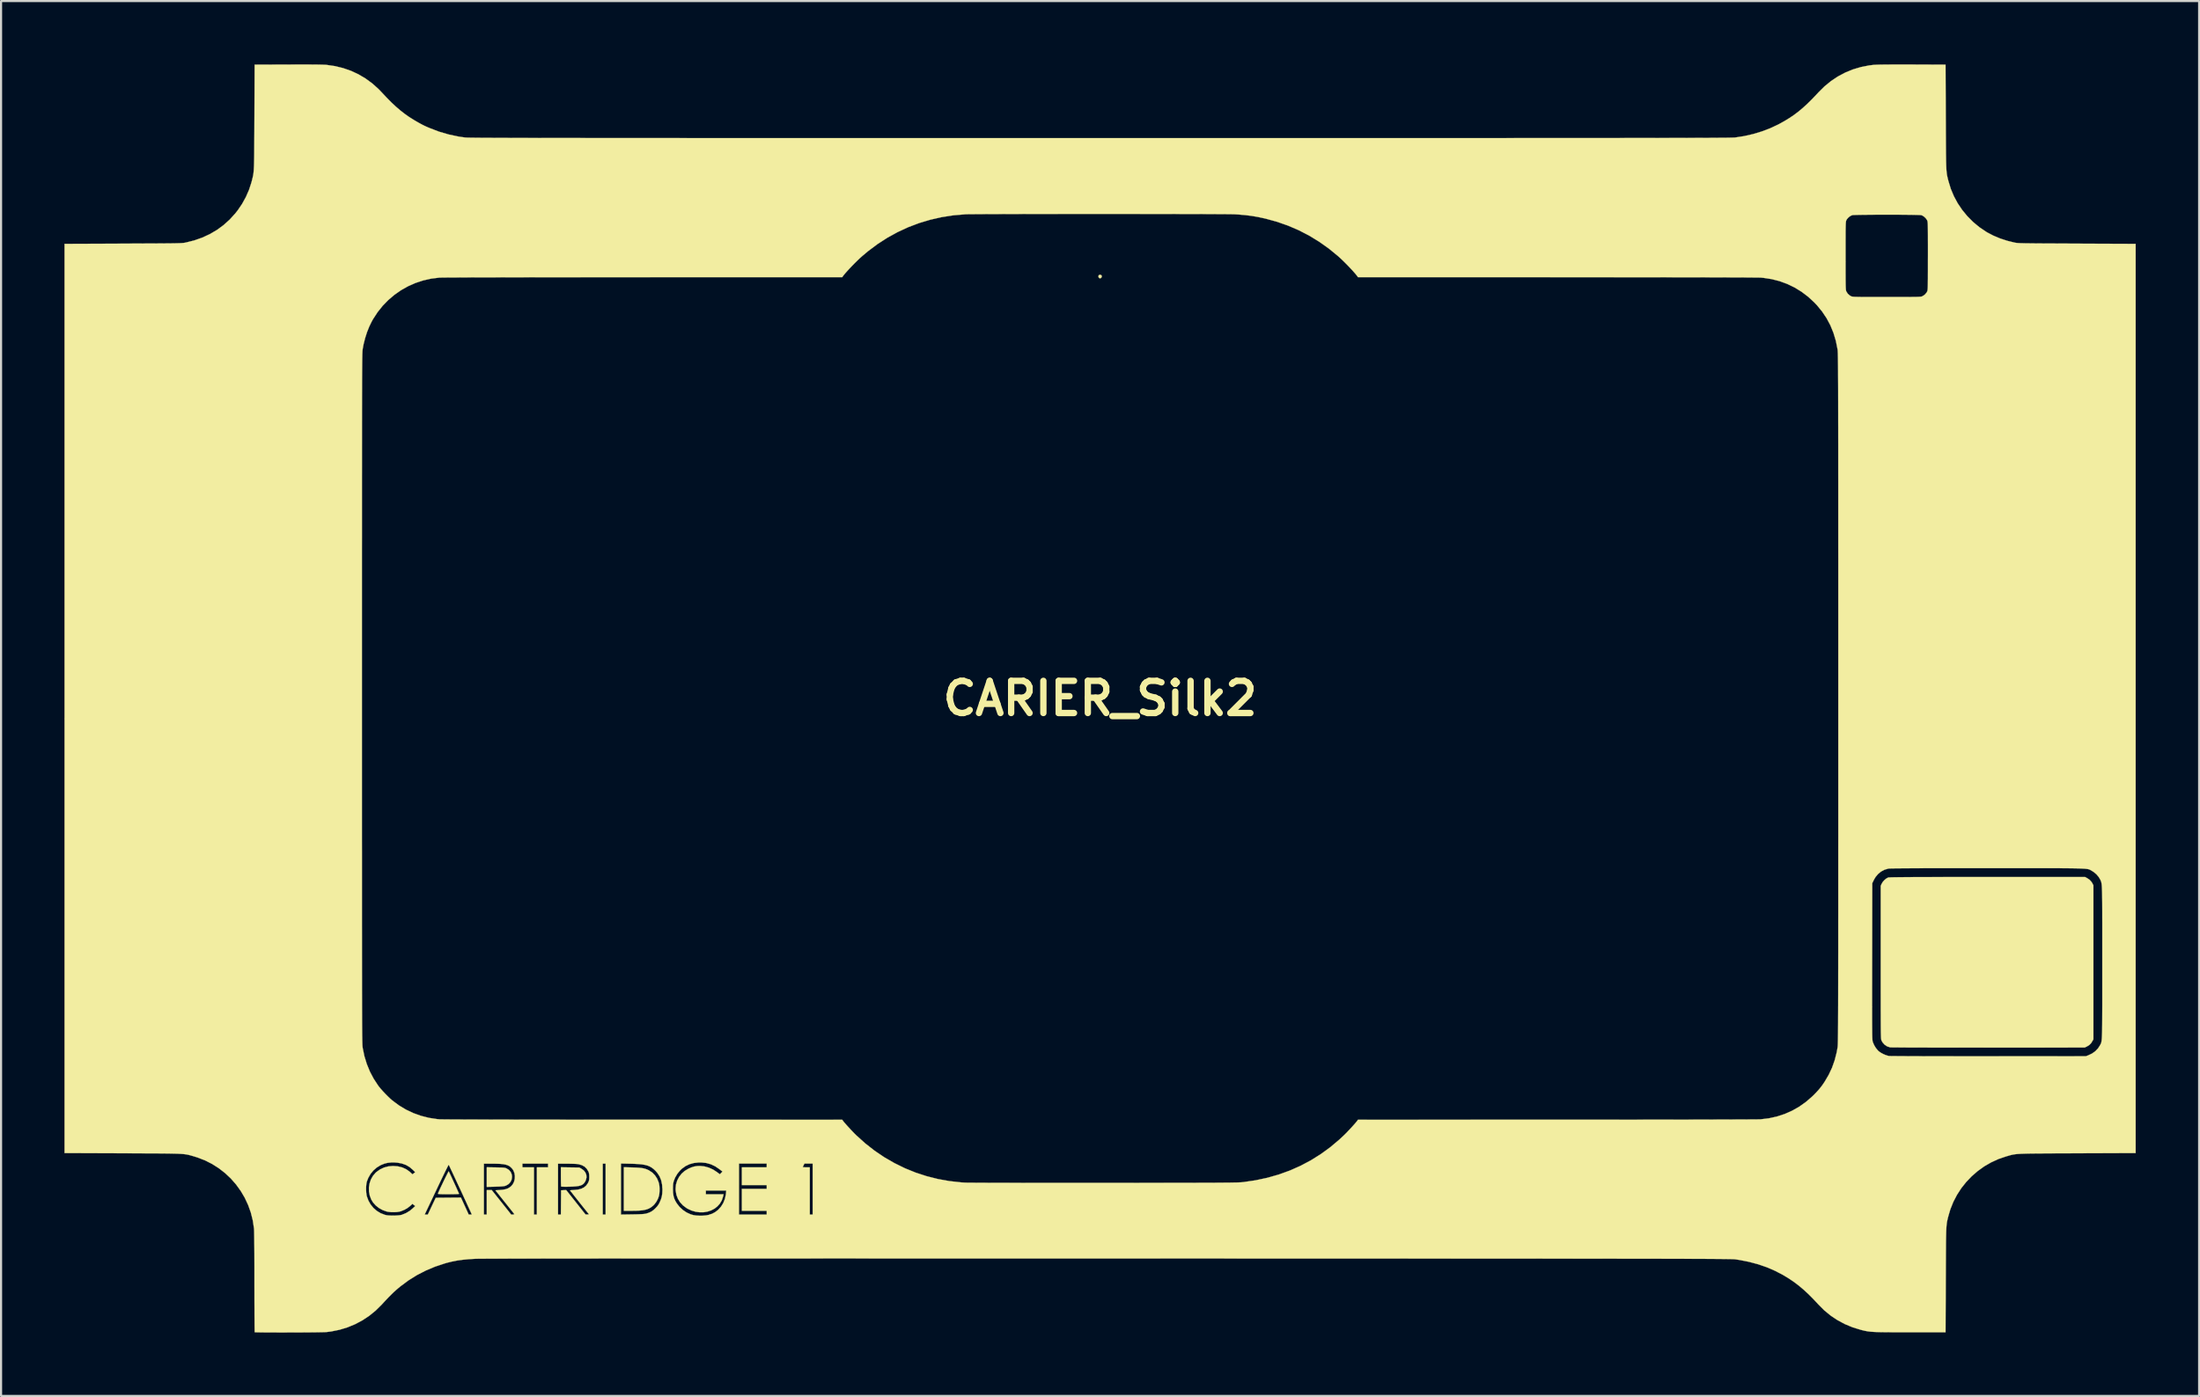
<source format=kicad_pcb>
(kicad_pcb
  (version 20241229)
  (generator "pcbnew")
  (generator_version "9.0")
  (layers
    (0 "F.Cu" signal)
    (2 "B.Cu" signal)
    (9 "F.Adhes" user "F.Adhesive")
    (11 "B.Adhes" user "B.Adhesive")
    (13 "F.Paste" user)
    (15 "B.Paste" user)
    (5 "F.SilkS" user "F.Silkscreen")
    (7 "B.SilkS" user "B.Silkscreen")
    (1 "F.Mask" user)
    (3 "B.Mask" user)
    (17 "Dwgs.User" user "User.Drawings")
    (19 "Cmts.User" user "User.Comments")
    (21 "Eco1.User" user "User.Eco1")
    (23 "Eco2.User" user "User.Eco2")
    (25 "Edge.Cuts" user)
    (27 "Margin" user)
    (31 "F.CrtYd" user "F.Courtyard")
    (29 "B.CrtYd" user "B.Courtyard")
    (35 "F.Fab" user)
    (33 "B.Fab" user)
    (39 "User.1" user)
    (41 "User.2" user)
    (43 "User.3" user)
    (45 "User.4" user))
  (footprint "CARIER_Silk2"
    (layer "F.Cu")
    (at 49.012 30.028)
    (property "Reference" "CARIER_Silk2" (at 0 0 0) (layer "F.SilkS") (effects (font (size 1.524 1.524) (thickness 0.3))))
    (attr through_hole)
    (fp_poly (pts (xy 0.039 -20.059) (xy 0.07 -20.032) (xy 0.079 -19.988) (xy 0.068 -19.942) (xy 0.04 -19.913) (xy 0.007 -19.897) (xy -0.015 -19.898) (xy -0.044 -19.914) (xy -0.072 -19.948) (xy -0.079 -19.995) (xy -0.066 -20.038) (xy -0.039 -20.059) (xy 0.013 -20.064) (xy 0.039 -20.059)) (stroke (width 0.01) (type solid)) (fill yes) (layer "F.SilkS"))
    (fp_poly (pts (xy -28.599 22.209) (xy -28.458 22.212) (xy -28.35 22.214) (xy -28.269 22.218) (xy -28.209 22.223) (xy -28.165 22.231) (xy -28.129 22.241) (xy -28.097 22.254) (xy -28.08 22.262) (xy -27.968 22.336) (xy -27.889 22.432) (xy -27.842 22.549) (xy -27.83 22.659) (xy -27.849 22.785) (xy -27.902 22.897) (xy -27.986 22.991) (xy -28.099 23.061) (xy -28.143 23.079) (xy -28.188 23.092) (xy -28.25 23.102) (xy -28.334 23.109) (xy -28.445 23.116) (xy -28.59 23.12) (xy -28.629 23.122) (xy -29.026 23.131) (xy -29.026 22.202) (xy -28.599 22.209)) (stroke (width 0.01) (type solid)) (fill yes) (layer "F.SilkS"))
    (fp_poly (pts (xy -25.082 22.209) (xy -24.645 22.215) (xy -24.538 22.276) (xy -24.431 22.356) (xy -24.356 22.455) (xy -24.313 22.566) (xy -24.306 22.686) (xy -24.336 22.809) (xy -24.351 22.842) (xy -24.393 22.919) (xy -24.443 22.98) (xy -24.503 23.027) (xy -24.579 23.062) (xy -24.676 23.088) (xy -24.799 23.105) (xy -24.951 23.116) (xy -25.106 23.122) (xy -25.225 23.124) (xy -25.33 23.124) (xy -25.415 23.123) (xy -25.475 23.12) (xy -25.502 23.116) (xy -25.503 23.116) (xy -25.507 23.092) (xy -25.511 23.036) (xy -25.514 22.951) (xy -25.516 22.845) (xy -25.517 22.722) (xy -25.518 22.651) (xy -25.518 22.202) (xy -25.082 22.209)) (stroke (width 0.01) (type solid)) (fill yes) (layer "F.SilkS"))
    (fp_poly (pts (xy -22.132 22.211) (xy -21.958 22.217) (xy -21.817 22.226) (xy -21.701 22.238) (xy -21.603 22.255) (xy -21.518 22.278) (xy -21.437 22.308) (xy -21.355 22.347) (xy -21.34 22.356) (xy -21.193 22.454) (xy -21.067 22.583) (xy -20.965 22.737) (xy -20.893 22.911) (xy -20.873 22.986) (xy -20.857 23.085) (xy -20.85 23.207) (xy -20.851 23.335) (xy -20.859 23.455) (xy -20.873 23.541) (xy -20.92 23.682) (xy -20.991 23.821) (xy -21.08 23.944) (xy -21.14 24.008) (xy -21.226 24.079) (xy -21.314 24.136) (xy -21.41 24.181) (xy -21.52 24.214) (xy -21.648 24.238) (xy -21.8 24.253) (xy -21.982 24.261) (xy -22.152 24.263) (xy -22.539 24.263) (xy -22.539 22.2) (xy -22.132 22.211)) (stroke (width 0.01) (type solid)) (fill yes) (layer "F.SilkS"))
    (fp_poly (pts (xy -30.815 22.418) (xy -30.79 22.47) (xy -30.753 22.546) (xy -30.708 22.642) (xy -30.658 22.751) (xy -30.604 22.868) (xy -30.549 22.988) (xy -30.495 23.106) (xy -30.446 23.215) (xy -30.403 23.311) (xy -30.369 23.387) (xy -30.347 23.439) (xy -30.339 23.462) (xy -30.339 23.462) (xy -30.358 23.467) (xy -30.411 23.471) (xy -30.494 23.475) (xy -30.603 23.477) (xy -30.731 23.479) (xy -30.839 23.479) (xy -31.008 23.479) (xy -31.14 23.477) (xy -31.236 23.473) (xy -31.3 23.469) (xy -31.333 23.462) (xy -31.338 23.458) (xy -31.33 23.432) (xy -31.308 23.378) (xy -31.274 23.301) (xy -31.23 23.206) (xy -31.179 23.098) (xy -31.124 22.982) (xy -31.068 22.864) (xy -31.012 22.749) (xy -30.959 22.642) (xy -30.911 22.548) (xy -30.872 22.472) (xy -30.844 22.42) (xy -30.829 22.397) (xy -30.827 22.396) (xy -30.815 22.418)) (stroke (width 0.01) (type solid)) (fill yes) (layer "F.SilkS"))
    (fp_poly (pts (xy 46.698 8.501) (xy 46.826 8.586) (xy 46.92 8.689) (xy 46.959 8.754) (xy 47.008 8.849) (xy 47.008 16.14) (xy 46.964 16.22) (xy 46.896 16.329) (xy 46.817 16.409) (xy 46.718 16.472) (xy 46.708 16.477) (xy 46.596 16.532) (xy 42.03 16.534) (xy 41.608 16.535) (xy 41.197 16.535) (xy 40.797 16.535) (xy 40.41 16.534) (xy 40.038 16.534) (xy 39.684 16.534) (xy 39.347 16.533) (xy 39.032 16.532) (xy 38.738 16.532) (xy 38.468 16.531) (xy 38.224 16.53) (xy 38.007 16.529) (xy 37.82 16.527) (xy 37.663 16.526) (xy 37.539 16.525) (xy 37.45 16.524) (xy 37.396 16.522) (xy 37.382 16.521) (xy 37.243 16.475) (xy 37.125 16.396) (xy 37.031 16.29) (xy 36.984 16.205) (xy 36.979 16.194) (xy 36.974 16.181) (xy 36.97 16.166) (xy 36.966 16.147) (xy 36.963 16.122) (xy 36.96 16.09) (xy 36.957 16.048) (xy 36.955 15.995) (xy 36.953 15.929) (xy 36.951 15.849) (xy 36.949 15.753) (xy 36.948 15.638) (xy 36.947 15.505) (xy 36.946 15.349) (xy 36.945 15.171) (xy 36.945 14.968) (xy 36.944 14.739) (xy 36.944 14.482) (xy 36.944 14.195) (xy 36.943 13.876) (xy 36.943 13.524) (xy 36.943 13.137) (xy 36.943 12.713) (xy 36.943 12.495) (xy 36.943 8.876) (xy 36.985 8.779) (xy 37.036 8.694) (xy 37.11 8.609) (xy 37.194 8.537) (xy 37.279 8.488) (xy 37.292 8.483) (xy 37.306 8.48) (xy 37.333 8.477) (xy 37.372 8.475) (xy 37.427 8.472) (xy 37.498 8.47) (xy 37.586 8.468) (xy 37.694 8.467) (xy 37.821 8.465) (xy 37.971 8.464) (xy 38.143 8.462) (xy 38.339 8.461) (xy 38.561 8.46) (xy 38.81 8.46) (xy 39.088 8.459) (xy 39.395 8.458) (xy 39.733 8.458) (xy 40.103 8.457) (xy 40.507 8.457) (xy 40.946 8.457) (xy 41.421 8.457) (xy 41.934 8.457) (xy 41.99 8.457) (xy 46.616 8.457) (xy 46.698 8.501)) (stroke (width 0.01) (type solid)) (fill yes) (layer "F.SilkS"))
    (fp_poly (pts (xy 38.031 -30.023) (xy 38.363 -30.022) (xy 38.433 -30.022) (xy 40.011 -30.016) (xy 40.021 -27.536) (xy 40.023 -27.167) (xy 40.024 -26.835) (xy 40.026 -26.537) (xy 40.027 -26.271) (xy 40.029 -26.036) (xy 40.03 -25.828) (xy 40.033 -25.646) (xy 40.035 -25.487) (xy 40.038 -25.349) (xy 40.042 -25.23) (xy 40.046 -25.126) (xy 40.051 -25.037) (xy 40.058 -24.96) (xy 40.065 -24.891) (xy 40.073 -24.83) (xy 40.082 -24.774) (xy 40.093 -24.721) (xy 40.105 -24.667) (xy 40.118 -24.612) (xy 40.134 -24.553) (xy 40.149 -24.493) (xy 40.26 -24.131) (xy 40.407 -23.782) (xy 40.587 -23.449) (xy 40.8 -23.133) (xy 41.043 -22.838) (xy 41.313 -22.566) (xy 41.609 -22.32) (xy 41.929 -22.103) (xy 41.98 -22.072) (xy 42.272 -21.919) (xy 42.591 -21.785) (xy 42.931 -21.674) (xy 43.264 -21.592) (xy 43.292 -21.586) (xy 43.321 -21.581) (xy 43.351 -21.577) (xy 43.386 -21.572) (xy 43.428 -21.569) (xy 43.478 -21.565) (xy 43.538 -21.562) (xy 43.611 -21.56) (xy 43.699 -21.558) (xy 43.803 -21.555) (xy 43.925 -21.554) (xy 44.069 -21.552) (xy 44.235 -21.55) (xy 44.426 -21.549) (xy 44.644 -21.547) (xy 44.891 -21.546) (xy 45.168 -21.545) (xy 45.479 -21.543) (xy 45.824 -21.542) (xy 46.207 -21.54) (xy 46.233 -21.54) (xy 49.007 -21.529) (xy 49.007 21.529) (xy 46.243 21.539) (xy 45.852 21.541) (xy 45.497 21.542) (xy 45.178 21.543) (xy 44.891 21.544) (xy 44.635 21.546) (xy 44.408 21.547) (xy 44.207 21.549) (xy 44.03 21.551) (xy 43.875 21.554) (xy 43.741 21.558) (xy 43.624 21.562) (xy 43.522 21.567) (xy 43.435 21.572) (xy 43.359 21.579) (xy 43.292 21.587) (xy 43.232 21.596) (xy 43.178 21.606) (xy 43.126 21.618) (xy 43.075 21.631) (xy 43.023 21.645) (xy 42.967 21.662) (xy 42.905 21.68) (xy 42.873 21.689) (xy 42.512 21.812) (xy 42.168 21.97) (xy 41.841 22.159) (xy 41.535 22.379) (xy 41.25 22.626) (xy 40.99 22.898) (xy 40.756 23.192) (xy 40.552 23.508) (xy 40.378 23.842) (xy 40.238 24.192) (xy 40.149 24.493) (xy 40.132 24.558) (xy 40.117 24.617) (xy 40.104 24.672) (xy 40.092 24.726) (xy 40.081 24.779) (xy 40.072 24.836) (xy 40.064 24.897) (xy 40.057 24.966) (xy 40.051 25.045) (xy 40.046 25.135) (xy 40.041 25.24) (xy 40.038 25.361) (xy 40.035 25.501) (xy 40.032 25.662) (xy 40.03 25.846) (xy 40.029 26.056) (xy 40.027 26.294) (xy 40.026 26.562) (xy 40.024 26.863) (xy 40.023 27.199) (xy 40.021 27.536) (xy 40.011 30.016) (xy 38.325 30.016) (xy 38.012 30.015) (xy 37.735 30.015) (xy 37.492 30.015) (xy 37.279 30.014) (xy 37.093 30.012) (xy 36.933 30.01) (xy 36.794 30.006) (xy 36.674 30.002) (xy 36.57 29.996) (xy 36.479 29.99) (xy 36.399 29.981) (xy 36.325 29.971) (xy 36.257 29.959) (xy 36.189 29.946) (xy 36.121 29.93) (xy 36.048 29.912) (xy 35.993 29.898) (xy 35.611 29.781) (xy 35.246 29.629) (xy 34.9 29.444) (xy 34.575 29.227) (xy 34.272 28.979) (xy 34.001 28.707) (xy 33.753 28.442) (xy 33.519 28.206) (xy 33.292 27.997) (xy 33.069 27.809) (xy 32.843 27.638) (xy 32.61 27.479) (xy 32.364 27.329) (xy 32.325 27.306) (xy 31.946 27.107) (xy 31.554 26.938) (xy 31.146 26.797) (xy 30.716 26.682) (xy 30.261 26.592) (xy 30.056 26.561) (xy 30.044 26.56) (xy 30.029 26.559) (xy 30.01 26.557) (xy 29.986 26.556) (xy 29.957 26.555) (xy 29.923 26.553) (xy 29.882 26.552) (xy 29.834 26.551) (xy 29.779 26.55) (xy 29.717 26.549) (xy 29.645 26.548) (xy 29.564 26.547) (xy 29.474 26.546) (xy 29.373 26.545) (xy 29.262 26.544) (xy 29.139 26.543) (xy 29.003 26.542) (xy 28.856 26.541) (xy 28.695 26.54) (xy 28.52 26.539) (xy 28.33 26.539) (xy 28.126 26.538) (xy 27.906 26.537) (xy 27.67 26.537) (xy 27.417 26.536) (xy 27.147 26.535) (xy 26.859 26.535) (xy 26.553 26.534) (xy 26.227 26.534) (xy 25.882 26.533) (xy 25.517 26.533) (xy 25.13 26.532) (xy 24.723 26.532) (xy 24.293 26.531) (xy 23.841 26.531) (xy 23.365 26.53) (xy 22.866 26.53) (xy 22.342 26.529) (xy 21.794 26.529) (xy 21.22 26.529) (xy 20.62 26.528) (xy 19.993 26.528) (xy 19.339 26.528) (xy 18.657 26.527) (xy 17.947 26.527) (xy 17.208 26.527) (xy 16.439 26.526) (xy 15.64 26.526) (xy 14.81 26.526) (xy 13.949 26.525) (xy 13.056 26.525) (xy 12.13 26.525) (xy 11.172 26.525) (xy 10.179 26.524) (xy 9.153 26.524) (xy 8.091 26.524) (xy 6.995 26.524) (xy 5.862 26.523) (xy 4.692 26.523) (xy 3.486 26.523) (xy 2.241 26.522) (xy 0.958 26.522) (xy 0.363 26.522) (xy -1.142 26.522) (xy -2.607 26.521) (xy -4.033 26.521) (xy -5.42 26.521) (xy -6.768 26.521) (xy -8.077 26.521) (xy -9.346 26.521) (xy -10.577 26.521) (xy -11.769 26.52) (xy -12.922 26.52) (xy -14.036 26.521) (xy -15.111 26.521) (xy -16.147 26.521) (xy -17.145 26.521) (xy -18.104 26.521) (xy -19.024 26.521) (xy -19.905 26.521) (xy -20.748 26.522) (xy -21.551 26.522) (xy -22.317 26.522) (xy -23.043 26.523) (xy -23.732 26.523) (xy -24.381 26.524) (xy -24.992 26.524) (xy -25.565 26.525) (xy -26.099 26.525) (xy -26.595 26.526) (xy -27.052 26.526) (xy -27.471 26.527) (xy -27.852 26.528) (xy -28.194 26.529) (xy -28.498 26.529) (xy -28.764 26.53) (xy -28.992 26.531) (xy -29.181 26.532) (xy -29.333 26.533) (xy -29.446 26.534) (xy -29.521 26.535) (xy -29.555 26.536) (xy -29.869 26.554) (xy -30.152 26.581) (xy -30.415 26.617) (xy -30.664 26.665) (xy -30.908 26.725) (xy -31.015 26.756) (xy -31.478 26.91) (xy -31.916 27.095) (xy -32.332 27.31) (xy -32.728 27.557) (xy -33.107 27.838) (xy -33.208 27.921) (xy -33.322 28.019) (xy -33.435 28.122) (xy -33.552 28.236) (xy -33.68 28.365) (xy -33.821 28.514) (xy -33.982 28.688) (xy -34 28.708) (xy -34.281 28.986) (xy -34.585 29.234) (xy -34.91 29.45) (xy -35.255 29.633) (xy -35.617 29.783) (xy -35.995 29.898) (xy -36.386 29.977) (xy -36.608 30.005) (xy -36.656 30.008) (xy -36.738 30.011) (xy -36.849 30.013) (xy -36.987 30.016) (xy -37.147 30.018) (xy -37.327 30.02) (xy -37.522 30.021) (xy -37.73 30.023) (xy -37.948 30.024) (xy -38.17 30.025) (xy -38.395 30.025) (xy -38.618 30.026) (xy -38.836 30.026) (xy -39.046 30.025) (xy -39.244 30.025) (xy -39.427 30.024) (xy -39.591 30.023) (xy -39.732 30.021) (xy -39.848 30.019) (xy -39.935 30.017) (xy -39.99 30.015) (xy -40.008 30.012) (xy -40.009 29.991) (xy -40.011 29.934) (xy -40.012 29.842) (xy -40.014 29.718) (xy -40.015 29.564) (xy -40.016 29.383) (xy -40.018 29.178) (xy -40.018 28.951) (xy -40.019 28.703) (xy -40.02 28.438) (xy -40.02 28.158) (xy -40.021 27.865) (xy -40.021 27.653) (xy -40.021 27.266) (xy -40.021 26.907) (xy -40.022 26.576) (xy -40.023 26.276) (xy -40.025 26.007) (xy -40.027 25.769) (xy -40.029 25.566) (xy -40.032 25.397) (xy -40.034 25.263) (xy -40.037 25.167) (xy -40.041 25.108) (xy -40.041 25.103) (xy -40.099 24.718) (xy -40.192 24.345) (xy -40.32 23.987) (xy -40.48 23.644) (xy -40.671 23.32) (xy -40.721 23.251) (xy -34.738 23.251) (xy -34.731 23.39) (xy -34.715 23.515) (xy -34.702 23.577) (xy -34.627 23.781) (xy -34.521 23.967) (xy -34.387 24.13) (xy -34.229 24.268) (xy -34.051 24.376) (xy -33.856 24.452) (xy -33.788 24.469) (xy -33.702 24.482) (xy -33.591 24.489) (xy -33.466 24.492) (xy -33.338 24.489) (xy -33.217 24.481) (xy -33.114 24.469) (xy -33.039 24.452) (xy -33.018 24.443) (xy -22.676 24.443) (xy -22.132 24.435) (xy -21.958 24.432) (xy -21.819 24.428) (xy -21.709 24.423) (xy -21.623 24.417) (xy -21.556 24.41) (xy -21.504 24.401) (xy -21.47 24.393) (xy -21.338 24.349) (xy -21.23 24.296) (xy -21.131 24.224) (xy -21.044 24.143) (xy -20.96 24.053) (xy -20.896 23.965) (xy -20.841 23.861) (xy -20.835 23.848) (xy -20.779 23.714) (xy -20.742 23.588) (xy -20.721 23.455) (xy -20.713 23.303) (xy -20.712 23.244) (xy -20.713 23.234) (xy -20.216 23.234) (xy -20.21 23.407) (xy -20.19 23.554) (xy -20.153 23.684) (xy -20.096 23.808) (xy -20.025 23.923) (xy -19.895 24.087) (xy -19.74 24.229) (xy -19.567 24.344) (xy -19.382 24.429) (xy -19.246 24.468) (xy -19.113 24.488) (xy -18.96 24.497) (xy -18.802 24.495) (xy -18.654 24.482) (xy -18.532 24.46) (xy -18.362 24.404) (xy -18.216 24.326) (xy -18.078 24.219) (xy -18.073 24.214) (xy -17.941 24.068) (xy -17.834 23.896) (xy -17.757 23.704) (xy -17.711 23.497) (xy -17.705 23.439) (xy -17.692 23.303) (xy -18.658 23.303) (xy -18.658 23.479) (xy -17.819 23.479) (xy -17.846 23.597) (xy -17.905 23.771) (xy -17.995 23.923) (xy -18.11 24.053) (xy -18.248 24.161) (xy -18.405 24.244) (xy -18.576 24.301) (xy -18.759 24.332) (xy -18.948 24.334) (xy -19.142 24.308) (xy -19.334 24.252) (xy -19.523 24.164) (xy -19.574 24.133) (xy -19.74 24.008) (xy -19.877 23.86) (xy -19.981 23.692) (xy -20.051 23.506) (xy -20.085 23.305) (xy -20.089 23.214) (xy -20.07 23.019) (xy -20.015 22.834) (xy -19.926 22.662) (xy -19.808 22.509) (xy -19.661 22.377) (xy -19.489 22.273) (xy -19.479 22.268) (xy -19.333 22.205) (xy -19.201 22.165) (xy -19.07 22.145) (xy -18.942 22.14) (xy -18.729 22.161) (xy -18.518 22.219) (xy -18.312 22.313) (xy -18.126 22.435) (xy -17.995 22.534) (xy -17.933 22.47) (xy -17.871 22.406) (xy -18.015 22.293) (xy -18.215 22.157) (xy -18.423 22.059) (xy -18.532 22.029) (xy -17.09 22.029) (xy -17.09 24.44) (xy -15.777 24.44) (xy -15.777 24.263) (xy -16.953 24.263) (xy -16.953 23.225) (xy -15.777 23.225) (xy -15.777 23.048) (xy -16.953 23.048) (xy -16.953 22.205) (xy -15.777 22.205) (xy -15.777 22.195) (xy -14.072 22.195) (xy -14.054 22.2) (xy -14.006 22.203) (xy -13.936 22.205) (xy -13.905 22.205) (xy -13.739 22.205) (xy -13.739 24.44) (xy -13.602 24.44) (xy -13.602 22.029) (xy -13.993 22.029) (xy -14.032 22.107) (xy -14.056 22.156) (xy -14.07 22.189) (xy -14.072 22.195) (xy -15.777 22.195) (xy -15.777 22.029) (xy -17.09 22.029) (xy -18.532 22.029) (xy -18.643 21.998) (xy -18.876 21.974) (xy -18.998 21.975) (xy -19.227 22) (xy -19.435 22.058) (xy -19.622 22.148) (xy -19.793 22.272) (xy -19.867 22.342) (xy -20.004 22.506) (xy -20.112 22.69) (xy -20.173 22.842) (xy -20.192 22.912) (xy -20.205 22.98) (xy -20.212 23.059) (xy -20.216 23.159) (xy -20.216 23.234) (xy -20.713 23.234) (xy -20.729 23.016) (xy -20.774 22.811) (xy -20.85 22.628) (xy -20.958 22.464) (xy -21.049 22.362) (xy -21.136 22.282) (xy -21.223 22.216) (xy -21.316 22.163) (xy -21.42 22.121) (xy -21.541 22.089) (xy -21.681 22.066) (xy -21.848 22.05) (xy -22.045 22.039) (xy -22.201 22.035) (xy -22.676 22.024) (xy -22.676 24.443) (xy -33.018 24.443) (xy -33.009 24.44) (xy -31.964 24.44) (xy -31.815 24.44) (xy -31.628 24.043) (xy -31.44 23.646) (xy -30.844 23.641) (xy -30.249 23.636) (xy -30.065 24.038) (xy -29.881 24.44) (xy -29.733 24.44) (xy -29.163 24.44) (xy -29.026 24.44) (xy -29.026 23.283) (xy -28.79 23.283) (xy -28.33 23.861) (xy -27.87 24.44) (xy -27.79 24.44) (xy -27.739 24.435) (xy -27.722 24.423) (xy -27.723 24.419) (xy -27.738 24.4) (xy -27.774 24.353) (xy -27.829 24.283) (xy -27.9 24.193) (xy -27.985 24.087) (xy -28.079 23.968) (xy -28.177 23.846) (xy -28.617 23.293) (xy -28.425 23.281) (xy -28.271 23.267) (xy -28.149 23.245) (xy -28.048 23.213) (xy -27.962 23.167) (xy -27.881 23.106) (xy -27.878 23.103) (xy -27.792 23.003) (xy -27.732 22.881) (xy -27.7 22.746) (xy -27.695 22.606) (xy -27.719 22.469) (xy -27.771 22.343) (xy -27.831 22.259) (xy -27.892 22.197) (xy -27.958 22.147) (xy -28.035 22.108) (xy -28.127 22.078) (xy -28.238 22.056) (xy -28.373 22.042) (xy -28.537 22.033) (xy -28.735 22.03) (xy -28.786 22.03) (xy -29.163 22.029) (xy -27.34 22.029) (xy -27.34 22.205) (xy -26.792 22.205) (xy -26.792 24.44) (xy -26.654 24.44) (xy -25.655 24.44) (xy -25.518 24.44) (xy -25.508 23.293) (xy -25.387 23.287) (xy -25.267 23.282) (xy -24.351 24.438) (xy -24.265 24.439) (xy -24.213 24.438) (xy -24.194 24.432) (xy -24.2 24.416) (xy -24.208 24.405) (xy -24.233 24.375) (xy -24.277 24.32) (xy -24.337 24.246) (xy -24.409 24.155) (xy -24.491 24.053) (xy -24.578 23.943) (xy -24.667 23.83) (xy -24.756 23.717) (xy -24.841 23.61) (xy -24.918 23.512) (xy -24.985 23.427) (xy -25.037 23.36) (xy -25.072 23.315) (xy -25.086 23.296) (xy -25.086 23.296) (xy -25.068 23.292) (xy -25.019 23.287) (xy -24.947 23.282) (xy -24.886 23.278) (xy -24.7 23.258) (xy -24.547 23.217) (xy -24.422 23.155) (xy -24.322 23.07) (xy -24.244 22.96) (xy -24.234 22.941) (xy -24.204 22.878) (xy -24.186 22.823) (xy -24.178 22.761) (xy -24.175 22.679) (xy -24.175 22.658) (xy -24.178 22.556) (xy -24.189 22.48) (xy -24.209 22.417) (xy -24.217 22.4) (xy -24.295 22.272) (xy -24.397 22.172) (xy -24.527 22.101) (xy -24.683 22.057) (xy -24.734 22.049) (xy -24.801 22.043) (xy -24.898 22.038) (xy -25.015 22.034) (xy -25.144 22.031) (xy -25.268 22.03) (xy -25.655 22.029) (xy -23.538 22.029) (xy -23.538 24.44) (xy -23.401 24.44) (xy -23.401 22.029) (xy -23.538 22.029) (xy -25.655 22.029) (xy -25.655 24.44) (xy -26.654 24.44) (xy -26.654 22.205) (xy -26.125 22.205) (xy -26.125 22.029) (xy -27.34 22.029) (xy -29.163 22.029) (xy -29.163 24.44) (xy -29.733 24.44) (xy -29.788 24.317) (xy -29.833 24.219) (xy -29.888 24.099) (xy -29.952 23.96) (xy -30.022 23.806) (xy -30.099 23.641) (xy -30.178 23.468) (xy -30.26 23.291) (xy -30.343 23.114) (xy -30.424 22.939) (xy -30.502 22.771) (xy -30.576 22.613) (xy -30.643 22.469) (xy -30.702 22.343) (xy -30.752 22.237) (xy -30.79 22.157) (xy -30.815 22.104) (xy -30.826 22.083) (xy -30.826 22.083) (xy -30.837 22.097) (xy -30.863 22.144) (xy -30.902 22.22) (xy -30.953 22.321) (xy -31.014 22.445) (xy -31.084 22.588) (xy -31.161 22.748) (xy -31.243 22.92) (xy -31.274 22.985) (xy -31.363 23.172) (xy -31.451 23.358) (xy -31.536 23.537) (xy -31.615 23.705) (xy -31.687 23.856) (xy -31.749 23.986) (xy -31.799 24.091) (xy -31.834 24.166) (xy -31.836 24.17) (xy -31.964 24.44) (xy -33.009 24.44) (xy -32.842 24.37) (xy -32.658 24.257) (xy -32.549 24.166) (xy -32.412 24.04) (xy -32.543 23.934) (xy -32.657 24.039) (xy -32.777 24.133) (xy -32.921 24.215) (xy -33.074 24.279) (xy -33.161 24.304) (xy -33.273 24.322) (xy -33.407 24.329) (xy -33.547 24.327) (xy -33.677 24.314) (xy -33.767 24.296) (xy -33.953 24.229) (xy -34.125 24.134) (xy -34.277 24.014) (xy -34.402 23.876) (xy -34.491 23.733) (xy -34.562 23.546) (xy -34.599 23.353) (xy -34.602 23.158) (xy -34.572 22.967) (xy -34.511 22.785) (xy -34.418 22.618) (xy -34.295 22.471) (xy -34.252 22.431) (xy -34.08 22.306) (xy -33.891 22.216) (xy -33.685 22.161) (xy -33.465 22.142) (xy -33.454 22.142) (xy -33.232 22.159) (xy -33.028 22.21) (xy -32.843 22.293) (xy -32.681 22.407) (xy -32.655 22.43) (xy -32.542 22.536) (xy -32.477 22.485) (xy -32.413 22.435) (xy -32.518 22.329) (xy -32.674 22.195) (xy -32.848 22.093) (xy -33.043 22.023) (xy -33.26 21.984) (xy -33.377 21.976) (xy -33.562 21.976) (xy -33.723 21.993) (xy -33.873 22.031) (xy -34.025 22.092) (xy -34.062 22.11) (xy -34.238 22.218) (xy -34.395 22.357) (xy -34.529 22.522) (xy -34.635 22.707) (xy -34.702 22.882) (xy -34.723 22.984) (xy -34.735 23.112) (xy -34.738 23.251) (xy -40.721 23.251) (xy -40.891 23.016) (xy -41.138 22.734) (xy -41.411 22.477) (xy -41.707 22.247) (xy -42.025 22.045) (xy -42.364 21.874) (xy -42.722 21.736) (xy -42.873 21.689) (xy -42.938 21.67) (xy -42.996 21.653) (xy -43.05 21.638) (xy -43.101 21.624) (xy -43.152 21.612) (xy -43.205 21.601) (xy -43.262 21.591) (xy -43.325 21.583) (xy -43.396 21.575) (xy -43.478 21.569) (xy -43.572 21.564) (xy -43.681 21.559) (xy -43.807 21.556) (xy -43.951 21.553) (xy -44.117 21.55) (xy -44.306 21.548) (xy -44.52 21.546) (xy -44.762 21.545) (xy -45.033 21.544) (xy -45.336 21.543) (xy -45.673 21.541) (xy -46.046 21.54) (xy -46.243 21.539) (xy -49.007 21.529) (xy -49.007 0) (xy -34.935 0) (xy -34.935 0.961) (xy -34.935 1.883) (xy -34.935 2.767) (xy -34.935 3.615) (xy -34.935 4.427) (xy -34.935 5.204) (xy -34.935 5.946) (xy -34.935 6.654) (xy -34.934 7.33) (xy -34.934 7.974) (xy -34.934 8.586) (xy -34.934 9.168) (xy -34.934 9.72) (xy -34.934 10.244) (xy -34.934 10.739) (xy -34.933 11.207) (xy -34.933 11.649) (xy -34.933 12.064) (xy -34.932 12.456) (xy -34.932 12.822) (xy -34.931 13.166) (xy -34.931 13.487) (xy -34.931 13.787) (xy -34.93 14.065) (xy -34.929 14.324) (xy -34.929 14.563) (xy -34.928 14.783) (xy -34.927 14.986) (xy -34.927 15.172) (xy -34.926 15.342) (xy -34.925 15.496) (xy -34.924 15.636) (xy -34.923 15.762) (xy -34.922 15.875) (xy -34.921 15.976) (xy -34.919 16.066) (xy -34.918 16.145) (xy -34.917 16.214) (xy -34.915 16.274) (xy -34.914 16.327) (xy -34.912 16.371) (xy -34.911 16.409) (xy -34.909 16.442) (xy -34.907 16.469) (xy -34.905 16.492) (xy -34.903 16.512) (xy -34.901 16.529) (xy -34.899 16.544) (xy -34.898 16.551) (xy -34.819 16.935) (xy -34.705 17.308) (xy -34.558 17.668) (xy -34.378 18.01) (xy -34.169 18.329) (xy -34.143 18.364) (xy -34.059 18.469) (xy -33.953 18.589) (xy -33.834 18.716) (xy -33.711 18.84) (xy -33.593 18.953) (xy -33.495 19.039) (xy -33.185 19.27) (xy -32.855 19.469) (xy -32.506 19.635) (xy -32.141 19.766) (xy -31.763 19.862) (xy -31.375 19.921) (xy -31.254 19.932) (xy -31.218 19.933) (xy -31.144 19.934) (xy -31.033 19.935) (xy -30.886 19.936) (xy -30.705 19.938) (xy -30.489 19.939) (xy -30.241 19.94) (xy -29.962 19.941) (xy -29.652 19.942) (xy -29.313 19.943) (xy -28.946 19.943) (xy -28.552 19.944) (xy -28.131 19.945) (xy -27.686 19.946) (xy -27.217 19.947) (xy -26.726 19.947) (xy -26.213 19.948) (xy -25.679 19.948) (xy -25.126 19.949) (xy -24.555 19.949) (xy -23.967 19.95) (xy -23.362 19.95) (xy -22.743 19.95) (xy -22.11 19.95) (xy -21.609 19.95) (xy -12.204 19.952) (xy -12.173 19.996) (xy -12.133 20.048) (xy -12.07 20.122) (xy -11.991 20.212) (xy -11.9 20.312) (xy -11.804 20.416) (xy -11.707 20.518) (xy -11.616 20.613) (xy -11.535 20.693) (xy -11.531 20.696) (xy -11.113 21.073) (xy -10.673 21.417) (xy -10.214 21.728) (xy -9.736 22.004) (xy -9.242 22.247) (xy -8.733 22.454) (xy -8.209 22.625) (xy -7.673 22.76) (xy -7.126 22.858) (xy -6.569 22.919) (xy -6.389 22.93) (xy -6.347 22.931) (xy -6.268 22.932) (xy -6.152 22.933) (xy -6.002 22.934) (xy -5.818 22.935) (xy -5.604 22.936) (xy -5.359 22.937) (xy -5.086 22.938) (xy -4.787 22.938) (xy -4.462 22.939) (xy -4.113 22.94) (xy -3.743 22.94) (xy -3.351 22.941) (xy -2.941 22.941) (xy -2.514 22.941) (xy -2.07 22.942) (xy -1.612 22.942) (xy -1.141 22.942) (xy -0.659 22.942) (xy -0.167 22.942) (xy 0.196 22.941) (xy 0.789 22.941) (xy 1.345 22.941) (xy 1.864 22.94) (xy 2.347 22.94) (xy 2.797 22.94) (xy 3.214 22.939) (xy 3.6 22.939) (xy 3.955 22.938) (xy 4.282 22.938) (xy 4.582 22.937) (xy 4.855 22.936) (xy 5.104 22.936) (xy 5.329 22.935) (xy 5.532 22.934) (xy 5.714 22.933) (xy 5.876 22.931) (xy 6.02 22.93) (xy 6.147 22.929) (xy 6.259 22.927) (xy 6.356 22.925) (xy 6.44 22.924) (xy 6.513 22.922) (xy 6.575 22.919) (xy 6.628 22.917) (xy 6.673 22.915) (xy 6.712 22.912) (xy 6.745 22.909) (xy 6.775 22.906) (xy 6.781 22.905) (xy 7.359 22.82) (xy 7.919 22.7) (xy 8.461 22.545) (xy 8.984 22.356) (xy 9.488 22.132) (xy 9.974 21.874) (xy 10.442 21.581) (xy 10.891 21.254) (xy 11.321 20.892) (xy 11.531 20.696) (xy 11.612 20.617) (xy 11.703 20.523) (xy 11.799 20.421) (xy 11.896 20.317) (xy 11.987 20.217) (xy 12.067 20.126) (xy 12.13 20.051) (xy 12.172 19.998) (xy 12.173 19.996) (xy 12.204 19.952) (xy 21.609 19.95) (xy 22.253 19.95) (xy 22.883 19.95) (xy 23.499 19.95) (xy 24.099 19.95) (xy 24.684 19.949) (xy 25.251 19.949) (xy 25.8 19.948) (xy 26.329 19.948) (xy 26.837 19.947) (xy 27.324 19.946) (xy 27.788 19.946) (xy 28.227 19.945) (xy 28.642 19.944) (xy 29.03 19.943) (xy 29.391 19.942) (xy 29.724 19.941) (xy 30.027 19.94) (xy 30.299 19.939) (xy 30.54 19.938) (xy 30.748 19.937) (xy 30.922 19.936) (xy 31.061 19.935) (xy 31.164 19.934) (xy 31.23 19.933) (xy 31.254 19.932) (xy 31.65 19.884) (xy 32.033 19.799) (xy 32.402 19.678) (xy 32.755 19.521) (xy 33.091 19.33) (xy 33.408 19.104) (xy 33.706 18.845) (xy 33.81 18.743) (xy 33.928 18.618) (xy 34.026 18.509) (xy 34.111 18.404) (xy 34.192 18.295) (xy 34.277 18.169) (xy 34.287 18.154) (xy 34.479 17.828) (xy 34.638 17.491) (xy 34.763 17.138) (xy 34.858 16.766) (xy 34.899 16.539) (xy 34.901 16.525) (xy 34.903 16.509) (xy 34.905 16.49) (xy 34.907 16.467) (xy 34.909 16.44) (xy 34.911 16.408) (xy 34.912 16.37) (xy 34.914 16.325) (xy 34.915 16.272) (xy 34.917 16.211) (xy 34.918 16.141) (xy 34.919 16.061) (xy 34.92 15.97) (xy 34.922 15.868) (xy 34.923 15.753) (xy 34.924 15.625) (xy 34.925 15.483) (xy 34.926 15.326) (xy 34.926 15.154) (xy 34.927 14.966) (xy 34.928 14.76) (xy 34.928 14.609) (xy 36.534 14.609) (xy 36.535 14.857) (xy 36.535 15.077) (xy 36.535 15.273) (xy 36.536 15.444) (xy 36.537 15.593) (xy 36.538 15.721) (xy 36.539 15.831) (xy 36.54 15.923) (xy 36.542 16.001) (xy 36.544 16.064) (xy 36.547 16.116) (xy 36.549 16.157) (xy 36.552 16.189) (xy 36.556 16.215) (xy 36.56 16.236) (xy 36.564 16.253) (xy 36.568 16.268) (xy 36.572 16.28) (xy 36.631 16.417) (xy 36.711 16.55) (xy 36.804 16.664) (xy 36.847 16.706) (xy 36.941 16.774) (xy 37.058 16.838) (xy 37.182 16.891) (xy 37.298 16.926) (xy 37.331 16.932) (xy 37.361 16.933) (xy 37.428 16.935) (xy 37.531 16.936) (xy 37.668 16.937) (xy 37.836 16.939) (xy 38.036 16.94) (xy 38.263 16.941) (xy 38.518 16.942) (xy 38.798 16.943) (xy 39.101 16.944) (xy 39.425 16.944) (xy 39.769 16.945) (xy 40.132 16.945) (xy 40.51 16.946) (xy 40.903 16.946) (xy 41.309 16.946) (xy 41.725 16.946) (xy 42.049 16.946) (xy 46.655 16.943) (xy 46.772 16.898) (xy 46.949 16.813) (xy 47.103 16.701) (xy 47.23 16.567) (xy 47.309 16.444) (xy 47.324 16.418) (xy 47.337 16.395) (xy 47.349 16.373) (xy 47.36 16.35) (xy 47.37 16.325) (xy 47.379 16.296) (xy 47.387 16.261) (xy 47.394 16.219) (xy 47.4 16.168) (xy 47.406 16.106) (xy 47.41 16.031) (xy 47.414 15.942) (xy 47.418 15.837) (xy 47.421 15.714) (xy 47.423 15.571) (xy 47.425 15.408) (xy 47.426 15.221) (xy 47.427 15.01) (xy 47.428 14.772) (xy 47.429 14.507) (xy 47.429 14.211) (xy 47.429 13.884) (xy 47.429 13.523) (xy 47.429 13.128) (xy 47.429 12.696) (xy 47.429 12.494) (xy 47.429 12.046) (xy 47.429 11.636) (xy 47.429 11.261) (xy 47.429 10.92) (xy 47.429 10.612) (xy 47.428 10.334) (xy 47.428 10.085) (xy 47.427 9.863) (xy 47.426 9.667) (xy 47.424 9.494) (xy 47.422 9.342) (xy 47.42 9.212) (xy 47.416 9.099) (xy 47.413 9.003) (xy 47.409 8.923) (xy 47.404 8.855) (xy 47.398 8.799) (xy 47.392 8.753) (xy 47.384 8.715) (xy 47.376 8.683) (xy 47.367 8.656) (xy 47.357 8.631) (xy 47.346 8.608) (xy 47.334 8.584) (xy 47.321 8.558) (xy 47.316 8.549) (xy 47.247 8.439) (xy 47.152 8.329) (xy 47.04 8.232) (xy 46.927 8.158) (xy 46.903 8.145) (xy 46.882 8.133) (xy 46.862 8.122) (xy 46.842 8.111) (xy 46.82 8.102) (xy 46.795 8.093) (xy 46.766 8.085) (xy 46.729 8.078) (xy 46.685 8.072) (xy 46.632 8.066) (xy 46.568 8.061) (xy 46.491 8.057) (xy 46.401 8.053) (xy 46.295 8.049) (xy 46.173 8.046) (xy 46.031 8.044) (xy 45.87 8.042) (xy 45.688 8.04) (xy 45.482 8.039) (xy 45.252 8.038) (xy 44.996 8.037) (xy 44.713 8.036) (xy 44.4 8.036) (xy 44.057 8.036) (xy 43.682 8.036) (xy 43.273 8.036) (xy 42.829 8.036) (xy 42.349 8.036) (xy 41.989 8.036) (xy 41.429 8.036) (xy 40.908 8.036) (xy 40.425 8.036) (xy 39.979 8.037) (xy 39.57 8.037) (xy 39.197 8.038) (xy 38.86 8.039) (xy 38.557 8.04) (xy 38.289 8.042) (xy 38.054 8.043) (xy 37.853 8.045) (xy 37.683 8.046) (xy 37.546 8.048) (xy 37.439 8.05) (xy 37.364 8.053) (xy 37.318 8.055) (xy 37.305 8.057) (xy 37.126 8.109) (xy 36.962 8.195) (xy 36.817 8.313) (xy 36.696 8.459) (xy 36.625 8.58) (xy 36.542 8.748) (xy 36.537 12.453) (xy 36.536 12.9) (xy 36.536 13.31) (xy 36.535 13.684) (xy 36.535 14.024) (xy 36.535 14.332) (xy 36.534 14.609) (xy 34.928 14.609) (xy 34.929 14.537) (xy 34.929 14.295) (xy 34.93 14.033) (xy 34.93 13.751) (xy 34.931 13.448) (xy 34.931 13.124) (xy 34.932 12.776) (xy 34.932 12.405) (xy 34.933 12.01) (xy 34.933 11.59) (xy 34.933 11.144) (xy 34.933 10.671) (xy 34.934 10.171) (xy 34.934 9.643) (xy 34.934 9.086) (xy 34.934 8.499) (xy 34.934 7.881) (xy 34.934 7.232) (xy 34.935 6.551) (xy 34.935 5.836) (xy 34.935 5.088) (xy 34.935 4.306) (xy 34.935 3.488) (xy 34.935 2.634) (xy 34.935 1.743) (xy 34.935 0.814) (xy 34.935 0) (xy 34.935 -0.961) (xy 34.935 -1.884) (xy 34.935 -2.769) (xy 34.935 -3.618) (xy 34.935 -4.43) (xy 34.935 -5.207) (xy 34.935 -5.95) (xy 34.935 -6.659) (xy 34.934 -7.335) (xy 34.934 -7.979) (xy 34.934 -8.592) (xy 34.934 -9.174) (xy 34.934 -9.727) (xy 34.934 -10.251) (xy 34.933 -10.747) (xy 34.933 -11.215) (xy 34.933 -11.657) (xy 34.933 -12.073) (xy 34.932 -12.465) (xy 34.932 -12.832) (xy 34.931 -13.176) (xy 34.931 -13.497) (xy 34.93 -13.797) (xy 34.93 -14.075) (xy 34.929 -14.334) (xy 34.929 -14.573) (xy 34.928 -14.793) (xy 34.927 -14.996) (xy 34.926 -15.182) (xy 34.925 -15.352) (xy 34.925 -15.506) (xy 34.924 -15.646) (xy 34.923 -15.771) (xy 34.921 -15.884) (xy 34.92 -15.985) (xy 34.919 -16.074) (xy 34.918 -16.153) (xy 34.916 -16.221) (xy 34.915 -16.281) (xy 34.914 -16.332) (xy 34.912 -16.376) (xy 34.91 -16.413) (xy 34.909 -16.445) (xy 34.907 -16.471) (xy 34.905 -16.493) (xy 34.903 -16.512) (xy 34.901 -16.528) (xy 34.899 -16.539) (xy 34.819 -16.939) (xy 34.706 -17.315) (xy 34.561 -17.671) (xy 34.382 -18.007) (xy 34.17 -18.324) (xy 33.924 -18.624) (xy 33.802 -18.753) (xy 33.51 -19.023) (xy 33.198 -19.26) (xy 32.867 -19.463) (xy 32.52 -19.631) (xy 32.157 -19.764) (xy 31.78 -19.86) (xy 31.391 -19.92) (xy 31.268 -19.931) (xy 31.229 -19.932) (xy 31.151 -19.934) (xy 31.036 -19.935) (xy 30.884 -19.936) (xy 30.696 -19.938) (xy 30.473 -19.939) (xy 30.215 -19.94) (xy 29.923 -19.941) (xy 29.598 -19.942) (xy 29.242 -19.943) (xy 28.853 -19.944) (xy 28.434 -19.945) (xy 27.985 -19.946) (xy 27.507 -19.946) (xy 27.001 -19.947) (xy 26.467 -19.948) (xy 25.907 -19.948) (xy 25.32 -19.949) (xy 24.708 -19.949) (xy 24.072 -19.95) (xy 23.412 -19.95) (xy 22.729 -19.95) (xy 22.024 -19.95) (xy 21.609 -19.95) (xy 12.204 -19.952) (xy 12.174 -19.995) (xy 12.116 -20.07) (xy 12.034 -20.167) (xy 11.934 -20.279) (xy 11.82 -20.401) (xy 11.699 -20.528) (xy 11.574 -20.654) (xy 11.451 -20.774) (xy 11.336 -20.882) (xy 11.264 -20.946) (xy 11.247 -20.961) (xy 35.279 -20.961) (xy 35.279 -20.672) (xy 35.279 -20.419) (xy 35.279 -20.2) (xy 35.28 -20.013) (xy 35.28 -19.854) (xy 35.282 -19.722) (xy 35.283 -19.613) (xy 35.285 -19.525) (xy 35.288 -19.455) (xy 35.291 -19.4) (xy 35.294 -19.359) (xy 35.299 -19.328) (xy 35.304 -19.305) (xy 35.31 -19.287) (xy 35.315 -19.275) (xy 35.386 -19.165) (xy 35.486 -19.079) (xy 35.542 -19.048) (xy 35.558 -19.041) (xy 35.577 -19.036) (xy 35.602 -19.031) (xy 35.635 -19.026) (xy 35.679 -19.023) (xy 35.737 -19.02) (xy 35.811 -19.018) (xy 35.904 -19.016) (xy 36.018 -19.014) (xy 36.157 -19.013) (xy 36.322 -19.013) (xy 36.517 -19.012) (xy 36.743 -19.012) (xy 37.005 -19.012) (xy 37.228 -19.012) (xy 37.517 -19.012) (xy 37.77 -19.012) (xy 37.988 -19.012) (xy 38.176 -19.013) (xy 38.334 -19.014) (xy 38.467 -19.015) (xy 38.576 -19.016) (xy 38.664 -19.018) (xy 38.734 -19.021) (xy 38.788 -19.024) (xy 38.83 -19.027) (xy 38.861 -19.032) (xy 38.884 -19.037) (xy 38.902 -19.043) (xy 38.913 -19.048) (xy 39.024 -19.119) (xy 39.11 -19.219) (xy 39.141 -19.275) (xy 39.148 -19.291) (xy 39.153 -19.31) (xy 39.158 -19.335) (xy 39.162 -19.368) (xy 39.166 -19.412) (xy 39.169 -19.47) (xy 39.171 -19.544) (xy 39.173 -19.638) (xy 39.174 -19.752) (xy 39.176 -19.891) (xy 39.176 -20.056) (xy 39.177 -20.251) (xy 39.177 -20.478) (xy 39.177 -20.74) (xy 39.178 -20.96) (xy 39.178 -21.248) (xy 39.178 -21.499) (xy 39.177 -21.717) (xy 39.177 -21.904) (xy 39.176 -22.061) (xy 39.175 -22.193) (xy 39.174 -22.301) (xy 39.172 -22.389) (xy 39.17 -22.458) (xy 39.167 -22.512) (xy 39.163 -22.553) (xy 39.159 -22.584) (xy 39.154 -22.608) (xy 39.148 -22.626) (xy 39.141 -22.642) (xy 39.137 -22.65) (xy 39.077 -22.74) (xy 38.995 -22.818) (xy 38.904 -22.874) (xy 38.867 -22.888) (xy 38.833 -22.893) (xy 38.763 -22.896) (xy 38.662 -22.9) (xy 38.532 -22.903) (xy 38.378 -22.906) (xy 38.203 -22.908) (xy 38.011 -22.91) (xy 37.806 -22.911) (xy 37.591 -22.912) (xy 37.369 -22.912) (xy 37.146 -22.912) (xy 36.924 -22.912) (xy 36.707 -22.911) (xy 36.499 -22.91) (xy 36.303 -22.908) (xy 36.123 -22.906) (xy 35.963 -22.904) (xy 35.826 -22.901) (xy 35.717 -22.897) (xy 35.638 -22.894) (xy 35.594 -22.889) (xy 35.589 -22.888) (xy 35.501 -22.846) (xy 35.415 -22.78) (xy 35.345 -22.7) (xy 35.315 -22.647) (xy 35.308 -22.632) (xy 35.303 -22.613) (xy 35.298 -22.588) (xy 35.294 -22.555) (xy 35.29 -22.511) (xy 35.287 -22.453) (xy 35.285 -22.38) (xy 35.283 -22.287) (xy 35.281 -22.173) (xy 35.28 -22.035) (xy 35.28 -21.87) (xy 35.279 -21.676) (xy 35.279 -21.45) (xy 35.279 -21.19) (xy 35.279 -20.961) (xy 11.247 -20.961) (xy 10.827 -21.305) (xy 10.371 -21.629) (xy 9.897 -21.919) (xy 9.405 -22.173) (xy 8.895 -22.393) (xy 8.369 -22.577) (xy 7.826 -22.726) (xy 7.475 -22.802) (xy 7.177 -22.853) (xy 6.875 -22.891) (xy 6.556 -22.919) (xy 6.376 -22.93) (xy 6.324 -22.931) (xy 6.234 -22.933) (xy 6.109 -22.934) (xy 5.951 -22.936) (xy 5.76 -22.937) (xy 5.54 -22.938) (xy 5.292 -22.94) (xy 5.018 -22.941) (xy 4.72 -22.942) (xy 4.4 -22.943) (xy 4.059 -22.943) (xy 3.699 -22.944) (xy 3.323 -22.945) (xy 2.932 -22.945) (xy 2.529 -22.946) (xy 2.114 -22.946) (xy 1.69 -22.947) (xy 1.259 -22.947) (xy 0.822 -22.947) (xy 0.382 -22.947) (xy -0.06 -22.947) (xy -0.501 -22.947) (xy -0.94 -22.947) (xy -1.376 -22.947) (xy -1.805 -22.947) (xy -2.227 -22.946) (xy -2.639 -22.946) (xy -3.039 -22.945) (xy -3.426 -22.945) (xy -3.798 -22.944) (xy -4.152 -22.943) (xy -4.488 -22.942) (xy -4.803 -22.941) (xy -5.095 -22.94) (xy -5.362 -22.939) (xy -5.602 -22.938) (xy -5.815 -22.937) (xy -5.996 -22.935) (xy -6.146 -22.934) (xy -6.262 -22.933) (xy -6.341 -22.931) (xy -6.376 -22.93) (xy -6.941 -22.882) (xy -7.495 -22.796) (xy -8.037 -22.673) (xy -8.567 -22.514) (xy -9.082 -22.319) (xy -9.582 -22.087) (xy -10.066 -21.821) (xy -10.534 -21.519) (xy -10.983 -21.183) (xy -11.264 -20.946) (xy -11.372 -20.849) (xy -11.49 -20.736) (xy -11.614 -20.614) (xy -11.738 -20.487) (xy -11.858 -20.361) (xy -11.968 -20.241) (xy -12.063 -20.134) (xy -12.137 -20.044) (xy -12.174 -19.995) (xy -12.204 -19.952) (xy -21.609 -19.95) (xy -22.327 -19.95) (xy -23.023 -19.95) (xy -23.696 -19.95) (xy -24.346 -19.95) (xy -24.972 -19.949) (xy -25.573 -19.949) (xy -26.149 -19.948) (xy -26.698 -19.948) (xy -27.22 -19.947) (xy -27.715 -19.946) (xy -28.18 -19.945) (xy -28.616 -19.944) (xy -29.022 -19.944) (xy -29.397 -19.943) (xy -29.741 -19.942) (xy -30.051 -19.941) (xy -30.329 -19.939) (xy -30.572 -19.938) (xy -30.78 -19.937) (xy -30.953 -19.936) (xy -31.09 -19.934) (xy -31.189 -19.933) (xy -31.25 -19.932) (xy -31.268 -19.931) (xy -31.656 -19.883) (xy -32.033 -19.798) (xy -32.398 -19.678) (xy -32.747 -19.524) (xy -33.08 -19.337) (xy -33.393 -19.119) (xy -33.685 -18.871) (xy -33.953 -18.595) (xy -34.195 -18.292) (xy -34.409 -17.963) (xy -34.47 -17.854) (xy -34.586 -17.616) (xy -34.692 -17.35) (xy -34.782 -17.068) (xy -34.855 -16.781) (xy -34.898 -16.551) (xy -34.9 -16.537) (xy -34.902 -16.521) (xy -34.904 -16.502) (xy -34.906 -16.481) (xy -34.908 -16.456) (xy -34.91 -16.426) (xy -34.911 -16.391) (xy -34.913 -16.35) (xy -34.915 -16.302) (xy -34.916 -16.246) (xy -34.917 -16.181) (xy -34.919 -16.107) (xy -34.92 -16.023) (xy -34.921 -15.928) (xy -34.922 -15.821) (xy -34.923 -15.702) (xy -34.924 -15.569) (xy -34.925 -15.422) (xy -34.926 -15.26) (xy -34.927 -15.083) (xy -34.928 -14.889) (xy -34.928 -14.677) (xy -34.929 -14.447) (xy -34.93 -14.199) (xy -34.93 -13.931) (xy -34.931 -13.642) (xy -34.931 -13.332) (xy -34.932 -13) (xy -34.932 -12.645) (xy -34.932 -12.266) (xy -34.933 -11.863) (xy -34.933 -11.435) (xy -34.933 -10.98) (xy -34.934 -10.499) (xy -34.934 -9.99) (xy -34.934 -9.452) (xy -34.934 -8.885) (xy -34.934 -8.289) (xy -34.934 -7.661) (xy -34.935 -7.002) (xy -34.935 -6.31) (xy -34.935 -5.585) (xy -34.935 -4.826) (xy -34.935 -4.032) (xy -34.935 -3.203) (xy -34.935 -2.337) (xy -34.935 -1.434) (xy -34.935 -0.493) (xy -34.935 0) (xy -49.007 0) (xy -49.007 -21.529) (xy -46.233 -21.54) (xy -45.848 -21.542) (xy -45.501 -21.543) (xy -45.188 -21.545) (xy -44.908 -21.546) (xy -44.659 -21.547) (xy -44.44 -21.549) (xy -44.247 -21.55) (xy -44.079 -21.552) (xy -43.934 -21.553) (xy -43.81 -21.555) (xy -43.705 -21.557) (xy -43.616 -21.56) (xy -43.543 -21.562) (xy -43.481 -21.565) (xy -43.431 -21.569) (xy -43.389 -21.572) (xy -43.353 -21.576) (xy -43.323 -21.581) (xy -43.294 -21.586) (xy -43.266 -21.592) (xy -43.264 -21.592) (xy -42.864 -21.693) (xy -42.484 -21.827) (xy -42.127 -21.993) (xy -41.791 -22.191) (xy -41.479 -22.42) (xy -41.191 -22.68) (xy -40.927 -22.971) (xy -40.812 -23.117) (xy -40.604 -23.423) (xy -40.425 -23.749) (xy -40.277 -24.087) (xy -40.165 -24.43) (xy -40.149 -24.493) (xy -40.132 -24.558) (xy -40.117 -24.617) (xy -40.104 -24.672) (xy -40.092 -24.726) (xy -40.081 -24.779) (xy -40.072 -24.836) (xy -40.064 -24.897) (xy -40.057 -24.966) (xy -40.051 -25.045) (xy -40.046 -25.135) (xy -40.041 -25.24) (xy -40.038 -25.361) (xy -40.035 -25.501) (xy -40.032 -25.662) (xy -40.03 -25.846) (xy -40.029 -26.056) (xy -40.027 -26.294) (xy -40.026 -26.562) (xy -40.024 -26.863) (xy -40.023 -27.199) (xy -40.021 -27.536) (xy -40.011 -30.016) (xy -38.423 -30.021) (xy -38.07 -30.022) (xy -37.755 -30.023) (xy -37.478 -30.022) (xy -37.239 -30.021) (xy -37.037 -30.019) (xy -36.872 -30.016) (xy -36.743 -30.012) (xy -36.65 -30.008) (xy -36.61 -30.005) (xy -36.21 -29.947) (xy -35.823 -29.852) (xy -35.452 -29.723) (xy -35.098 -29.558) (xy -34.762 -29.359) (xy -34.445 -29.127) (xy -34.15 -28.862) (xy -34.004 -28.711) (xy -33.765 -28.456) (xy -33.542 -28.23) (xy -33.329 -28.03) (xy -33.122 -27.852) (xy -32.916 -27.691) (xy -32.706 -27.542) (xy -32.487 -27.404) (xy -32.338 -27.316) (xy -32.221 -27.25) (xy -32.128 -27.199) (xy -32.048 -27.157) (xy -31.973 -27.12) (xy -31.891 -27.082) (xy -31.792 -27.039) (xy -31.74 -27.017) (xy -31.289 -26.844) (xy -30.824 -26.708) (xy -30.35 -26.608) (xy -30.054 -26.566) (xy -30.039 -26.565) (xy -30.019 -26.564) (xy -29.993 -26.563) (xy -29.96 -26.561) (xy -29.919 -26.56) (xy -29.869 -26.559) (xy -29.812 -26.558) (xy -29.744 -26.557) (xy -29.667 -26.556) (xy -29.58 -26.555) (xy -29.481 -26.554) (xy -29.371 -26.553) (xy -29.249 -26.552) (xy -29.114 -26.551) (xy -28.966 -26.551) (xy -28.804 -26.55) (xy -28.627 -26.549) (xy -28.436 -26.548) (xy -28.229 -26.548) (xy -28.006 -26.547) (xy -27.766 -26.546) (xy -27.509 -26.546) (xy -27.234 -26.545) (xy -26.94 -26.544) (xy -26.628 -26.544) (xy -26.296 -26.543) (xy -25.944 -26.543) (xy -25.571 -26.542) (xy -25.177 -26.542) (xy -24.761 -26.542) (xy -24.323 -26.541) (xy -23.862 -26.541) (xy -23.377 -26.54) (xy -22.869 -26.54) (xy -22.335 -26.54) (xy -21.776 -26.539) (xy -21.192 -26.539) (xy -20.581 -26.539) (xy -19.943 -26.539) (xy -19.278 -26.538) (xy -18.584 -26.538) (xy -17.862 -26.538) (xy -17.11 -26.538) (xy -16.329 -26.538) (xy -15.518 -26.538) (xy -14.675 -26.537) (xy -13.801 -26.537) (xy -12.895 -26.537) (xy -11.956 -26.537) (xy -10.984 -26.537) (xy -9.978 -26.537) (xy -8.938 -26.537) (xy -7.863 -26.537) (xy -6.753 -26.537) (xy -5.606 -26.537) (xy -4.423 -26.537) (xy -3.202 -26.537) (xy -1.944 -26.537) (xy -0.647 -26.537) (xy 0 -26.537) (xy 1.316 -26.537) (xy 2.593 -26.537) (xy 3.831 -26.537) (xy 5.033 -26.537) (xy 6.197 -26.537) (xy 7.325 -26.537) (xy 8.418 -26.537) (xy 9.475 -26.537) (xy 10.497 -26.537) (xy 11.486 -26.537) (xy 12.441 -26.537) (xy 13.363 -26.537) (xy 14.252 -26.537) (xy 15.11 -26.538) (xy 15.937 -26.538) (xy 16.733 -26.538) (xy 17.499 -26.538) (xy 18.235 -26.538) (xy 18.943 -26.538) (xy 19.622 -26.539) (xy 20.273 -26.539) (xy 20.897 -26.539) (xy 21.494 -26.539) (xy 22.066 -26.54) (xy 22.611 -26.54) (xy 23.132 -26.54) (xy 23.628 -26.541) (xy 24.101 -26.541) (xy 24.55 -26.541) (xy 24.977 -26.542) (xy 25.382 -26.542) (xy 25.765 -26.543) (xy 26.127 -26.543) (xy 26.468 -26.544) (xy 26.79 -26.544) (xy 27.093 -26.545) (xy 27.377 -26.545) (xy 27.642 -26.546) (xy 27.891 -26.547) (xy 28.122 -26.547) (xy 28.337 -26.548) (xy 28.536 -26.549) (xy 28.719 -26.549) (xy 28.889 -26.55) (xy 29.043 -26.551) (xy 29.185 -26.552) (xy 29.313 -26.553) (xy 29.429 -26.554) (xy 29.533 -26.554) (xy 29.626 -26.555) (xy 29.708 -26.556) (xy 29.78 -26.557) (xy 29.842 -26.559) (xy 29.896 -26.56) (xy 29.941 -26.561) (xy 29.978 -26.562) (xy 30.007 -26.563) (xy 30.03 -26.564) (xy 30.047 -26.566) (xy 30.054 -26.566) (xy 30.481 -26.632) (xy 30.906 -26.729) (xy 31.322 -26.855) (xy 31.721 -27.007) (xy 32.095 -27.183) (xy 32.142 -27.208) (xy 32.39 -27.346) (xy 32.62 -27.487) (xy 32.838 -27.634) (xy 33.049 -27.793) (xy 33.257 -27.967) (xy 33.469 -28.161) (xy 33.689 -28.378) (xy 33.922 -28.623) (xy 34.004 -28.711) (xy 34.288 -28.992) (xy 34.594 -29.242) (xy 34.921 -29.459) (xy 35.265 -29.641) (xy 35.627 -29.79) (xy 36.005 -29.902) (xy 36.395 -29.979) (xy 36.611 -30.005) (xy 36.68 -30.009) (xy 36.778 -30.013) (xy 36.905 -30.017) (xy 37.063 -30.019) (xy 37.253 -30.021) (xy 37.477 -30.022) (xy 37.736 -30.023) (xy 38.031 -30.023)) (stroke (width 0.01) (type solid)) (fill yes) (layer "F.SilkS")))
  (gr_rect
    (start -3 -3)
    (end 101.023 63.059)
    (stroke (width 0.1) (type default))
    (fill no)
    (layer "Edge.Cuts")))
</source>
